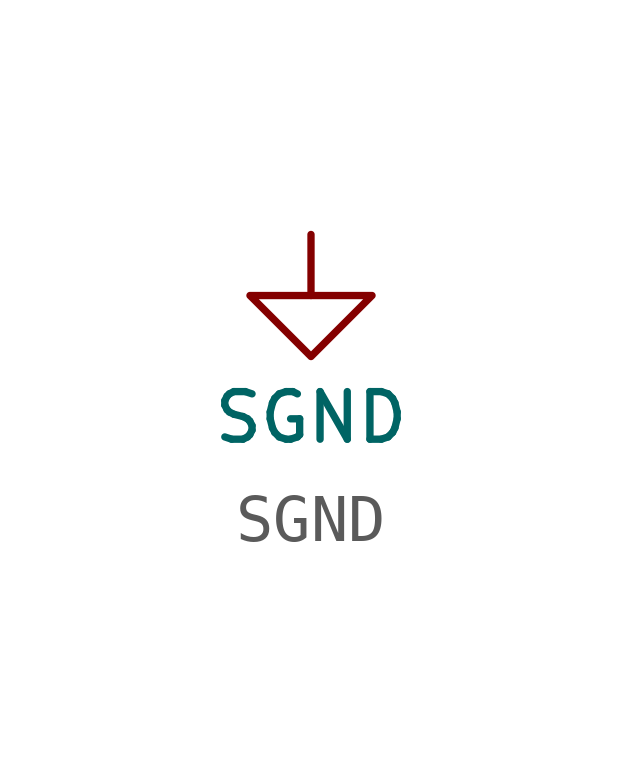
<source format=kicad_sym>
(kicad_symbol_lib
  (version 20220914)
  (generator kicad_symbol_editor)
  (symbol "SGND"
    (power)
    (pin_numbers hide)
    (pin_names
      (offset 0) hide)
    (property "Reference" "#PWR"
      (at 0 2.54 0)
      (effects (font (size 1.524 1.524)) hide))
    (property "Value" "SGND"
      (at 0 -2.54 0)
      (effects (font (size 0.991 0.991))))
    (property "Footprint" ""
      (at 0 0 0)
      (effects (font (size 1.524 1.524))))
    (property "Datasheet" ""
      (at 0 0 0)
      (effects (font (size 1.524 1.524))))
    (symbol "SGND_0_1"
      (polyline (pts (xy -1.27 0) (xy 1.27 0) (xy 0 -1.27) (xy -1.27 0)) (stroke (width 0) (type default)) (fill (type none))))
    (symbol "SGND_1_1"
      (pin power_in line (at 0 1.27 270) (length 1.27) (name "SGND" (effects (font (size 1.27 1.27)))) (number "1" (effects (font (size 1.27 1.27))))))))
</source>
